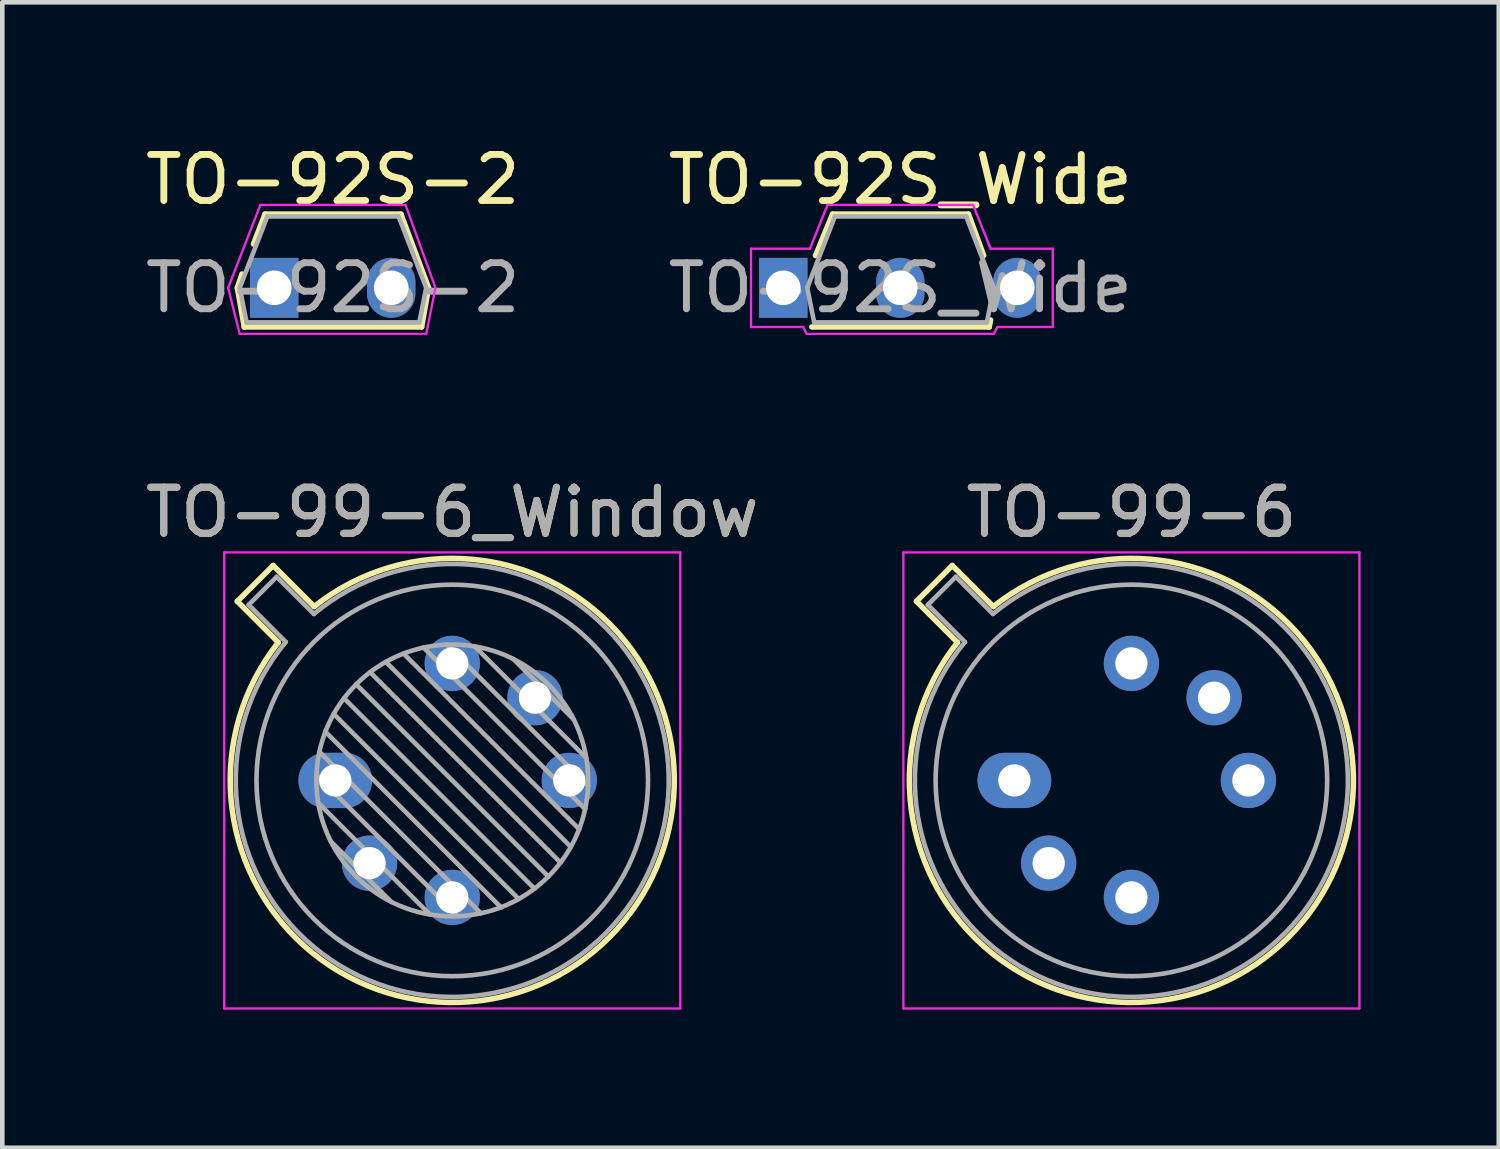
<source format=kicad_pcb>
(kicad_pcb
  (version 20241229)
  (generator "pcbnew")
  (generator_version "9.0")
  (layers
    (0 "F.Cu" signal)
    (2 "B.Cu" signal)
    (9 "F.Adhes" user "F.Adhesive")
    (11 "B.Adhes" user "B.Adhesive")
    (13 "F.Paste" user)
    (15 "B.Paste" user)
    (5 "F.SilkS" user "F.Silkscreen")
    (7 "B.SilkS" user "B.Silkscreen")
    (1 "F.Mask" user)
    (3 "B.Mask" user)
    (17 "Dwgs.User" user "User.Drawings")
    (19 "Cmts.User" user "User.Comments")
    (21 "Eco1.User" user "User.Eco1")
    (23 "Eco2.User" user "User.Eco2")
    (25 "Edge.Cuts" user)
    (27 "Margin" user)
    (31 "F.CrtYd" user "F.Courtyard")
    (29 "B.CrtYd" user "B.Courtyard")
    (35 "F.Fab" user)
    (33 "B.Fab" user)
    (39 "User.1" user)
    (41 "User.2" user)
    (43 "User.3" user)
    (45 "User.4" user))
  (footprint "TO-92S-2"
    (layer "F.Cu")
    (at 2.903 3.198)
    (property "Reference" "TO-92S-2" (at 1.27 -2.35 0) (layer "F.SilkS") (effects (font (size 1 1) (thickness 0.15))))
    (attr through_hole)
    (fp_line (start -0.8 0) (end -0.65 0.85) (stroke (width 0.12) (type solid)) (layer "F.SilkS"))
    (fp_line (start -0.7 -0.3) (end -0.8 0) (stroke (width 0.12) (type solid)) (layer "F.SilkS"))
    (fp_line (start -0.65 0.85) (end 3.2 0.85) (stroke (width 0.12) (type solid)) (layer "F.SilkS"))
    (fp_line (start -0.2 -1.6) (end -0.45 -0.95) (stroke (width 0.12) (type solid)) (layer "F.SilkS"))
    (fp_line (start 2.75 -1.6) (end -0.2 -1.6) (stroke (width 0.12) (type solid)) (layer "F.SilkS"))
    (fp_line (start 3.2 0.85) (end 3.35 0) (stroke (width 0.12) (type solid)) (layer "F.SilkS"))
    (fp_line (start 3.35 0) (end 2.75 -1.6) (stroke (width 0.12) (type solid)) (layer "F.SilkS"))
    (fp_line (start -1 0) (end -0.75 1) (stroke (width 0.05) (type solid)) (layer "F.CrtYd"))
    (fp_line (start -0.75 1) (end 3.3 1) (stroke (width 0.05) (type solid)) (layer "F.CrtYd"))
    (fp_line (start -0.3 -1.8) (end -1 0) (stroke (width 0.05) (type solid)) (layer "F.CrtYd"))
    (fp_line (start 2.85 -1.8) (end -0.3 -1.8) (stroke (width 0.05) (type solid)) (layer "F.CrtYd"))
    (fp_line (start 3.3 1) (end 3.5 0) (stroke (width 0.05) (type solid)) (layer "F.CrtYd"))
    (fp_line (start 3.5 0) (end 2.85 -1.8) (stroke (width 0.05) (type solid)) (layer "F.CrtYd"))
    (fp_line (start -0.75 0) (end -0.15 -1.55) (stroke (width 0.1) (type solid)) (layer "F.Fab"))
    (fp_line (start -0.6 0.75) (end -0.75 0) (stroke (width 0.1) (type solid)) (layer "F.Fab"))
    (fp_line (start -0.6 0.75) (end 3.15 0.75) (stroke (width 0.1) (type solid)) (layer "F.Fab"))
    (fp_line (start -0.15 -1.55) (end 2.7 -1.55) (stroke (width 0.1) (type solid)) (layer "F.Fab"))
    (fp_line (start 3.15 0.75) (end 3.3 0) (stroke (width 0.1) (type solid)) (layer "F.Fab"))
    (fp_line (start 3.3 0) (end 2.7 -1.55) (stroke (width 0.1) (type solid)) (layer "F.Fab"))
    (fp_text user "${REFERENCE}" (at 1.27 0 0) (layer "F.Fab") (effects (font (size 1 1) (thickness 0.15))))
    (pad "1" thru_hole rect (at 0 0) (size 1.05 1.3) (drill 0.75) (layers "*.Cu" "*.Mask"))
    (pad "2" thru_hole oval (at 2.54 0) (size 1.05 1.3) (drill 0.75) (layers "*.Cu" "*.Mask")))
  (footprint "TO-92S_Wide"
    (layer "F.Cu")
    (at 13.954 3.198)
    (property "Reference" "TO-92S_Wide" (at 2.54 -2.35 0) (layer "F.SilkS") (effects (font (size 1 1) (thickness 0.15))))
    (attr through_hole)
    (fp_line (start 0.62 0.85) (end 4.47 0.85) (stroke (width 0.12) (type solid)) (layer "F.SilkS"))
    (fp_line (start 1.07 -1.6) (end 0.7 -0.7) (stroke (width 0.12) (type solid)) (layer "F.SilkS"))
    (fp_line (start 4.02 -1.6) (end 1.07 -1.6) (stroke (width 0.12) (type solid)) (layer "F.SilkS"))
    (fp_line (start 4.35 -0.7) (end 4.02 -1.6) (stroke (width 0.12) (type solid)) (layer "F.SilkS"))
    (fp_line (start 4.47 0.85) (end 4.5 0.7) (stroke (width 0.12) (type solid)) (layer "F.SilkS"))
    (fp_line (start -0.7 -0.85) (end -0.7 0.85) (stroke (width 0.05) (type solid)) (layer "F.CrtYd"))
    (fp_line (start -0.7 0.85) (end 0.43 0.85) (stroke (width 0.05) (type solid)) (layer "F.CrtYd"))
    (fp_line (start 0.51 1) (end 0.43 0.85) (stroke (width 0.05) (type solid)) (layer "F.CrtYd"))
    (fp_line (start 0.51 1) (end 4.57 1) (stroke (width 0.05) (type solid)) (layer "F.CrtYd"))
    (fp_line (start 0.58 -0.85) (end -0.7 -0.85) (stroke (width 0.05) (type solid)) (layer "F.CrtYd"))
    (fp_line (start 0.58 -0.85) (end 0.96 -1.8) (stroke (width 0.05) (type solid)) (layer "F.CrtYd"))
    (fp_line (start 4.12 -1.8) (end 0.96 -1.8) (stroke (width 0.05) (type solid)) (layer "F.CrtYd"))
    (fp_line (start 4.5 -0.85) (end 4.12 -1.8) (stroke (width 0.05) (type solid)) (layer "F.CrtYd"))
    (fp_line (start 4.5 -0.85) (end 5.85 -0.85) (stroke (width 0.05) (type solid)) (layer "F.CrtYd"))
    (fp_line (start 4.57 1) (end 4.65 0.85) (stroke (width 0.05) (type solid)) (layer "F.CrtYd"))
    (fp_line (start 5.85 -0.85) (end 5.85 0.85) (stroke (width 0.05) (type solid)) (layer "F.CrtYd"))
    (fp_line (start 5.85 0.85) (end 4.65 0.85) (stroke (width 0.05) (type solid)) (layer "F.CrtYd"))
    (fp_line (start 0.52 0) (end 1.12 -1.55) (stroke (width 0.1) (type solid)) (layer "F.Fab"))
    (fp_line (start 0.67 0.75) (end 0.52 0) (stroke (width 0.1) (type solid)) (layer "F.Fab"))
    (fp_line (start 0.67 0.75) (end 4.42 0.75) (stroke (width 0.1) (type solid)) (layer "F.Fab"))
    (fp_line (start 1.12 -1.55) (end 3.97 -1.55) (stroke (width 0.1) (type solid)) (layer "F.Fab"))
    (fp_line (start 4.42 0.75) (end 4.57 0) (stroke (width 0.1) (type solid)) (layer "F.Fab"))
    (fp_line (start 4.57 0) (end 3.97 -1.55) (stroke (width 0.1) (type solid)) (layer "F.Fab"))
    (fp_text user "${REFERENCE}" (at 2.54 0 0) (layer "F.Fab") (effects (font (size 1 1) (thickness 0.15))))
    (pad "1" thru_hole rect (at 0 0) (size 1.05 1.3) (drill 0.75) (layers "*.Cu" "*.Mask"))
    (pad "2" thru_hole oval (at 2.54 0) (size 1.05 1.3) (drill 0.75) (layers "*.Cu" "*.Mask"))
    (pad "3" thru_hole oval (at 5.08 0) (size 1.05 1.3) (drill 0.75) (layers "*.Cu" "*.Mask")))
  (footprint "TO-99-6"
    (layer "F.Cu")
    (at 18.971 13.892)
    (property "Reference" "TO-99-6" (at 2.54 -5.82 0) (layer "F.SilkS") (effects (font (size 1 1) (thickness 0.15))))
    (attr through_hole)
    (fp_line (start -2.126 -3.888) (end -1.235 -2.997) (stroke (width 0.12) (type solid)) (layer "F.SilkS"))
    (fp_line (start -1.348 -4.666) (end -2.126 -3.888) (stroke (width 0.12) (type solid)) (layer "F.SilkS"))
    (fp_line (start -0.457 -3.775) (end -1.348 -4.666) (stroke (width 0.12) (type solid)) (layer "F.SilkS"))
    (fp_arc (start -0.457084 -3.774902) (mid 5.948125 3.408384) (end -1.234674 -2.997371) (stroke (width 0.12) (type solid)) (layer "F.SilkS"))
    (fp_line (start -2.41 -4.95) (end -2.41 4.95) (stroke (width 0.05) (type solid)) (layer "F.CrtYd"))
    (fp_line (start -2.41 4.95) (end 7.49 4.95) (stroke (width 0.05) (type solid)) (layer "F.CrtYd"))
    (fp_line (start 7.49 -4.95) (end -2.41 -4.95) (stroke (width 0.05) (type solid)) (layer "F.CrtYd"))
    (fp_line (start 7.49 4.95) (end 7.49 -4.95) (stroke (width 0.05) (type solid)) (layer "F.CrtYd"))
    (fp_line (start -1.88 -3.812) (end -1.074 -3.005) (stroke (width 0.1) (type solid)) (layer "F.Fab"))
    (fp_line (start -1.272 -4.42) (end -1.88 -3.812) (stroke (width 0.1) (type solid)) (layer "F.Fab"))
    (fp_line (start -0.465 -3.614) (end -1.272 -4.42) (stroke (width 0.1) (type solid)) (layer "F.Fab"))
    (fp_arc (start -0.465408 -3.61352) (mid 5.863443 3.323361) (end -1.073594 -3.005319) (stroke (width 0.1) (type solid)) (layer "F.Fab"))
    (fp_circle (center 2.54 0) (end 6.79 0) (stroke (width 0.1) (type solid)) (fill no) (layer "F.Fab"))
    (fp_text user "${REFERENCE}" (at 2.54 -5.82 0) (layer "F.Fab") (effects (font (size 1 1) (thickness 0.15))))
    (pad "1" thru_hole oval (at 0 0) (size 1.6 1.2) (drill 0.7) (layers "*.Cu" "*.Mask"))
    (pad "2" thru_hole oval (at 0.744 1.796) (size 1.2 1.2) (drill 0.7) (layers "*.Cu" "*.Mask"))
    (pad "3" thru_hole oval (at 2.54 2.54) (size 1.2 1.2) (drill 0.7) (layers "*.Cu" "*.Mask"))
    (pad "4" thru_hole oval (at 5.08 0) (size 1.2 1.2) (drill 0.7) (layers "*.Cu" "*.Mask"))
    (pad "5" thru_hole oval (at 4.336 -1.796) (size 1.2 1.2) (drill 0.7) (layers "*.Cu" "*.Mask"))
    (pad "6" thru_hole oval (at 2.54 -2.54) (size 1.2 1.2) (drill 0.7) (layers "*.Cu" "*.Mask")))
  (footprint "TO-99-6_Window"
    (layer "F.Cu")
    (at 4.228 13.892)
    (property "Reference" "TO-99-6_Window" (at 2.54 -5.82 0) (layer "F.SilkS") (effects (font (size 1 1) (thickness 0.15))))
    (attr through_hole)
    (fp_line (start -2.126 -3.888) (end -1.235 -2.997) (stroke (width 0.12) (type solid)) (layer "F.SilkS"))
    (fp_line (start -1.348 -4.666) (end -2.126 -3.888) (stroke (width 0.12) (type solid)) (layer "F.SilkS"))
    (fp_line (start -0.457 -3.775) (end -1.348 -4.666) (stroke (width 0.12) (type solid)) (layer "F.SilkS"))
    (fp_arc (start -0.457084 -3.774902) (mid 5.948125 3.408384) (end -1.234674 -2.997371) (stroke (width 0.12) (type solid)) (layer "F.SilkS"))
    (fp_line (start -2.41 -4.95) (end -2.41 4.95) (stroke (width 0.05) (type solid)) (layer "F.CrtYd"))
    (fp_line (start -2.41 4.95) (end 7.49 4.95) (stroke (width 0.05) (type solid)) (layer "F.CrtYd"))
    (fp_line (start 7.49 -4.95) (end -2.41 -4.95) (stroke (width 0.05) (type solid)) (layer "F.CrtYd"))
    (fp_line (start 7.49 4.95) (end 7.49 -4.95) (stroke (width 0.05) (type solid)) (layer "F.CrtYd"))
    (fp_line (start -1.88 -3.812) (end -1.074 -3.005) (stroke (width 0.1) (type solid)) (layer "F.Fab"))
    (fp_line (start -1.272 -4.42) (end -1.88 -3.812) (stroke (width 0.1) (type solid)) (layer "F.Fab"))
    (fp_line (start -0.465 -3.614) (end -1.272 -4.42) (stroke (width 0.1) (type solid)) (layer "F.Fab"))
    (fp_line (start -0.408 -0.12) (end 2.66 2.948) (stroke (width 0.1) (type solid)) (layer "F.Fab"))
    (fp_line (start -0.371 0.485) (end 2.055 2.911) (stroke (width 0.1) (type solid)) (layer "F.Fab"))
    (fp_line (start -0.344 -0.622) (end 3.162 2.884) (stroke (width 0.1) (type solid)) (layer "F.Fab"))
    (fp_line (start -0.215 -1.058) (end 3.598 2.755) (stroke (width 0.1) (type solid)) (layer "F.Fab"))
    (fp_line (start -0.097 1.324) (end 1.216 2.637) (stroke (width 0.1) (type solid)) (layer "F.Fab"))
    (fp_line (start -0.034 -1.443) (end 3.983 2.574) (stroke (width 0.1) (type solid)) (layer "F.Fab"))
    (fp_line (start 0.19 -1.784) (end 4.324 2.35) (stroke (width 0.1) (type solid)) (layer "F.Fab"))
    (fp_line (start 0.454 -2.086) (end 4.626 2.086) (stroke (width 0.1) (type solid)) (layer "F.Fab"))
    (fp_line (start 0.756 -2.35) (end 4.89 1.784) (stroke (width 0.1) (type solid)) (layer "F.Fab"))
    (fp_line (start 1.097 -2.574) (end 5.114 1.443) (stroke (width 0.1) (type solid)) (layer "F.Fab"))
    (fp_line (start 1.482 -2.755) (end 5.295 1.058) (stroke (width 0.1) (type solid)) (layer "F.Fab"))
    (fp_line (start 1.918 -2.884) (end 5.424 0.622) (stroke (width 0.1) (type solid)) (layer "F.Fab"))
    (fp_line (start 2.42 -2.948) (end 5.488 0.12) (stroke (width 0.1) (type solid)) (layer "F.Fab"))
    (fp_line (start 3.025 -2.911) (end 5.451 -0.485) (stroke (width 0.1) (type solid)) (layer "F.Fab"))
    (fp_line (start 3.864 -2.637) (end 5.177 -1.324) (stroke (width 0.1) (type solid)) (layer "F.Fab"))
    (fp_arc (start -0.465408 -3.61352) (mid 5.863443 3.323361) (end -1.073594 -3.005319) (stroke (width 0.1) (type solid)) (layer "F.Fab"))
    (fp_circle (center 2.54 0) (end 5.49 0) (stroke (width 0.1) (type solid)) (fill no) (layer "F.Fab"))
    (fp_circle (center 2.54 0) (end 6.79 0) (stroke (width 0.1) (type solid)) (fill no) (layer "F.Fab"))
    (fp_text user "${REFERENCE}" (at 2.54 -5.82 0) (layer "F.Fab") (effects (font (size 1 1) (thickness 0.15))))
    (pad "1" thru_hole oval (at 0 0) (size 1.6 1.2) (drill 0.7) (layers "*.Cu" "*.Mask"))
    (pad "2" thru_hole oval (at 0.744 1.796) (size 1.2 1.2) (drill 0.7) (layers "*.Cu" "*.Mask"))
    (pad "3" thru_hole oval (at 2.54 2.54) (size 1.2 1.2) (drill 0.7) (layers "*.Cu" "*.Mask"))
    (pad "4" thru_hole oval (at 5.08 0) (size 1.2 1.2) (drill 0.7) (layers "*.Cu" "*.Mask"))
    (pad "5" thru_hole oval (at 4.336 -1.796) (size 1.2 1.2) (drill 0.7) (layers "*.Cu" "*.Mask"))
    (pad "6" thru_hole oval (at 2.54 -2.54) (size 1.2 1.2) (drill 0.7) (layers "*.Cu" "*.Mask")))
  (gr_rect
    (start -3 -3)
    (end 29.486 21.866)
    (stroke (width 0.1) (type default))
    (fill no)
    (layer "Edge.Cuts")))
</source>
